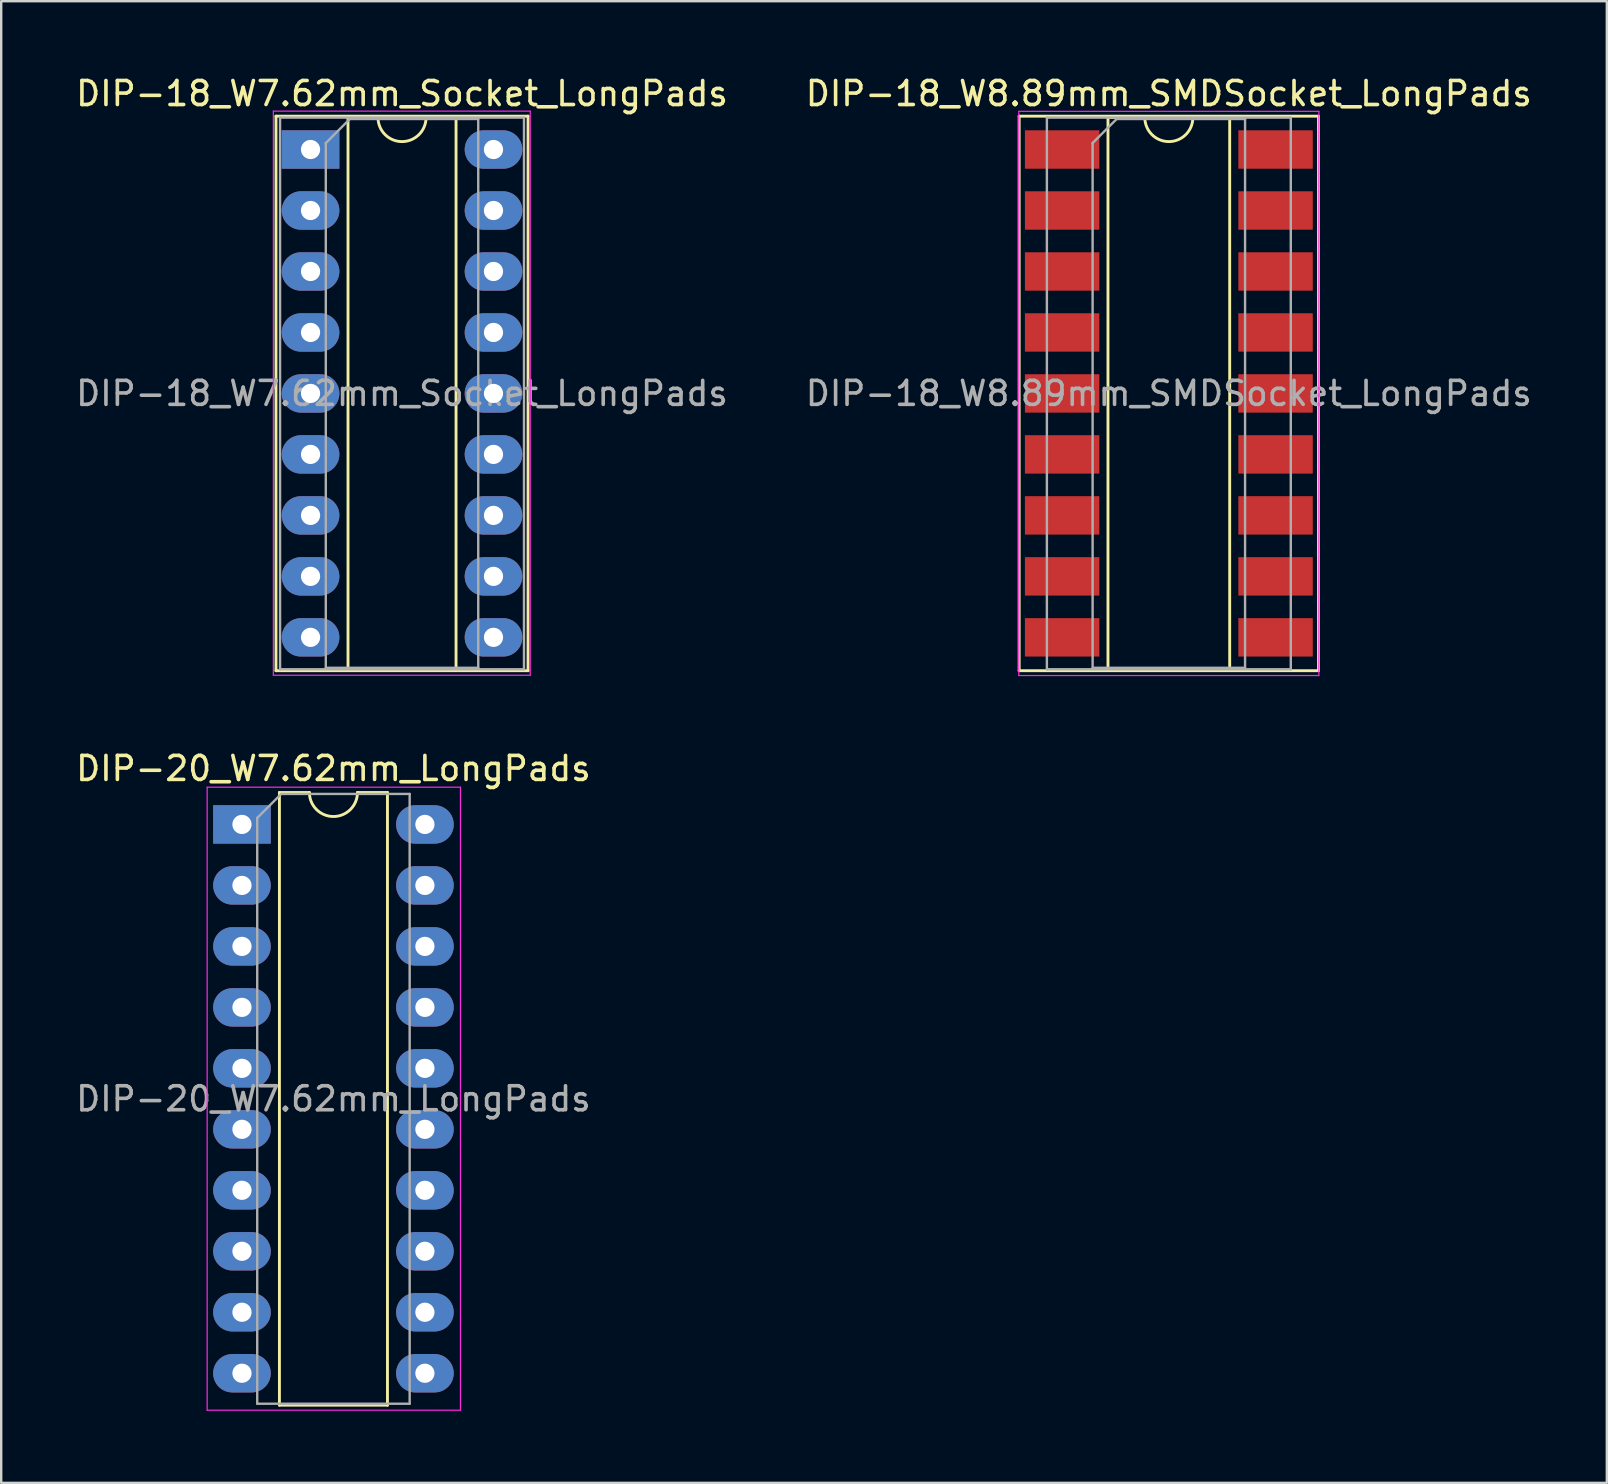
<source format=kicad_pcb>
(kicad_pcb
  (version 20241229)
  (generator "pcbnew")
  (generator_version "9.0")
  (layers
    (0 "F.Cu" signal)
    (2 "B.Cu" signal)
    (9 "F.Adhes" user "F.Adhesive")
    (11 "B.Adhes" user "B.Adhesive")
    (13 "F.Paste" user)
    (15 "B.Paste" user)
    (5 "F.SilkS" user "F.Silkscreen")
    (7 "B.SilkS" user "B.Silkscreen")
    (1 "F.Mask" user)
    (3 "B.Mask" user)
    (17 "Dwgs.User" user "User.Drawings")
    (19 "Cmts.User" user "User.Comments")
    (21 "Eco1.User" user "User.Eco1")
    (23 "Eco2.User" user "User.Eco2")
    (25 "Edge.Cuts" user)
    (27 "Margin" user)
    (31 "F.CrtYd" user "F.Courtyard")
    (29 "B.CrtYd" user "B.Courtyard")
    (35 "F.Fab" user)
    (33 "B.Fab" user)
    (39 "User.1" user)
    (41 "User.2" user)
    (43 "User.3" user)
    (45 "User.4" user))
  (footprint "DIP-20_W7.62mm_LongPads"
    (layer "F.Cu")
    (at 7.029 31.291)
    (property "Reference" "DIP-20_W7.62mm_LongPads" (at 3.81 -2.33 0) (layer "F.SilkS") (effects (font (size 1 1) (thickness 0.15))))
    (attr through_hole)
    (fp_line (start 1.56 -1.33) (end 1.56 24.19) (stroke (width 0.12) (type solid)) (layer "F.SilkS"))
    (fp_line (start 1.56 24.19) (end 6.06 24.19) (stroke (width 0.12) (type solid)) (layer "F.SilkS"))
    (fp_line (start 2.81 -1.33) (end 1.56 -1.33) (stroke (width 0.12) (type solid)) (layer "F.SilkS"))
    (fp_line (start 6.06 -1.33) (end 4.81 -1.33) (stroke (width 0.12) (type solid)) (layer "F.SilkS"))
    (fp_line (start 6.06 24.19) (end 6.06 -1.33) (stroke (width 0.12) (type solid)) (layer "F.SilkS"))
    (fp_arc (start 4.81 -1.33) (mid 3.81 -0.33) (end 2.81 -1.33) (stroke (width 0.12) (type solid)) (layer "F.SilkS"))
    (fp_line (start -1.45 -1.55) (end -1.45 24.4) (stroke (width 0.05) (type solid)) (layer "F.CrtYd"))
    (fp_line (start -1.45 24.4) (end 9.1 24.4) (stroke (width 0.05) (type solid)) (layer "F.CrtYd"))
    (fp_line (start 9.1 -1.55) (end -1.45 -1.55) (stroke (width 0.05) (type solid)) (layer "F.CrtYd"))
    (fp_line (start 9.1 24.4) (end 9.1 -1.55) (stroke (width 0.05) (type solid)) (layer "F.CrtYd"))
    (fp_line (start 0.635 -0.27) (end 1.635 -1.27) (stroke (width 0.1) (type solid)) (layer "F.Fab"))
    (fp_line (start 0.635 24.13) (end 0.635 -0.27) (stroke (width 0.1) (type solid)) (layer "F.Fab"))
    (fp_line (start 1.635 -1.27) (end 6.985 -1.27) (stroke (width 0.1) (type solid)) (layer "F.Fab"))
    (fp_line (start 6.985 -1.27) (end 6.985 24.13) (stroke (width 0.1) (type solid)) (layer "F.Fab"))
    (fp_line (start 6.985 24.13) (end 0.635 24.13) (stroke (width 0.1) (type solid)) (layer "F.Fab"))
    (fp_text user "${REFERENCE}" (at 3.81 11.43 0) (layer "F.Fab") (effects (font (size 1 1) (thickness 0.15))))
    (pad "1" thru_hole rect (at 0 0) (size 2.4 1.6) (drill 0.8) (layers "*.Cu" "*.Mask"))
    (pad "2" thru_hole oval (at 0 2.54) (size 2.4 1.6) (drill 0.8) (layers "*.Cu" "*.Mask"))
    (pad "3" thru_hole oval (at 0 5.08) (size 2.4 1.6) (drill 0.8) (layers "*.Cu" "*.Mask"))
    (pad "4" thru_hole oval (at 0 7.62) (size 2.4 1.6) (drill 0.8) (layers "*.Cu" "*.Mask"))
    (pad "5" thru_hole oval (at 0 10.16) (size 2.4 1.6) (drill 0.8) (layers "*.Cu" "*.Mask"))
    (pad "6" thru_hole oval (at 0 12.7) (size 2.4 1.6) (drill 0.8) (layers "*.Cu" "*.Mask"))
    (pad "7" thru_hole oval (at 0 15.24) (size 2.4 1.6) (drill 0.8) (layers "*.Cu" "*.Mask"))
    (pad "8" thru_hole oval (at 0 17.78) (size 2.4 1.6) (drill 0.8) (layers "*.Cu" "*.Mask"))
    (pad "9" thru_hole oval (at 0 20.32) (size 2.4 1.6) (drill 0.8) (layers "*.Cu" "*.Mask"))
    (pad "10" thru_hole oval (at 0 22.86) (size 2.4 1.6) (drill 0.8) (layers "*.Cu" "*.Mask"))
    (pad "11" thru_hole oval (at 7.62 22.86) (size 2.4 1.6) (drill 0.8) (layers "*.Cu" "*.Mask"))
    (pad "12" thru_hole oval (at 7.62 20.32) (size 2.4 1.6) (drill 0.8) (layers "*.Cu" "*.Mask"))
    (pad "13" thru_hole oval (at 7.62 17.78) (size 2.4 1.6) (drill 0.8) (layers "*.Cu" "*.Mask"))
    (pad "14" thru_hole oval (at 7.62 15.24) (size 2.4 1.6) (drill 0.8) (layers "*.Cu" "*.Mask"))
    (pad "15" thru_hole oval (at 7.62 12.7) (size 2.4 1.6) (drill 0.8) (layers "*.Cu" "*.Mask"))
    (pad "16" thru_hole oval (at 7.62 10.16) (size 2.4 1.6) (drill 0.8) (layers "*.Cu" "*.Mask"))
    (pad "17" thru_hole oval (at 7.62 7.62) (size 2.4 1.6) (drill 0.8) (layers "*.Cu" "*.Mask"))
    (pad "18" thru_hole oval (at 7.62 5.08) (size 2.4 1.6) (drill 0.8) (layers "*.Cu" "*.Mask"))
    (pad "19" thru_hole oval (at 7.62 2.54) (size 2.4 1.6) (drill 0.8) (layers "*.Cu" "*.Mask"))
    (pad "20" thru_hole oval (at 7.62 0) (size 2.4 1.6) (drill 0.8) (layers "*.Cu" "*.Mask")))
  (footprint "DIP-18_W7.62mm_Socket_LongPads"
    (layer "F.Cu")
    (at 9.886 3.178)
    (property "Reference" "DIP-18_W7.62mm_Socket_LongPads" (at 3.81 -2.33 0) (layer "F.SilkS") (effects (font (size 1 1) (thickness 0.15))))
    (attr through_hole)
    (fp_line (start -1.44 -1.39) (end -1.44 21.71) (stroke (width 0.12) (type solid)) (layer "F.SilkS"))
    (fp_line (start -1.44 21.71) (end 9.06 21.71) (stroke (width 0.12) (type solid)) (layer "F.SilkS"))
    (fp_line (start 1.56 -1.33) (end 1.56 21.65) (stroke (width 0.12) (type solid)) (layer "F.SilkS"))
    (fp_line (start 1.56 21.65) (end 6.06 21.65) (stroke (width 0.12) (type solid)) (layer "F.SilkS"))
    (fp_line (start 2.81 -1.33) (end 1.56 -1.33) (stroke (width 0.12) (type solid)) (layer "F.SilkS"))
    (fp_line (start 6.06 -1.33) (end 4.81 -1.33) (stroke (width 0.12) (type solid)) (layer "F.SilkS"))
    (fp_line (start 6.06 21.65) (end 6.06 -1.33) (stroke (width 0.12) (type solid)) (layer "F.SilkS"))
    (fp_line (start 9.06 -1.39) (end -1.44 -1.39) (stroke (width 0.12) (type solid)) (layer "F.SilkS"))
    (fp_line (start 9.06 21.71) (end 9.06 -1.39) (stroke (width 0.12) (type solid)) (layer "F.SilkS"))
    (fp_arc (start 4.81 -1.33) (mid 3.81 -0.33) (end 2.81 -1.33) (stroke (width 0.12) (type solid)) (layer "F.SilkS"))
    (fp_line (start -1.55 -1.6) (end -1.55 21.9) (stroke (width 0.05) (type solid)) (layer "F.CrtYd"))
    (fp_line (start -1.55 21.9) (end 9.15 21.9) (stroke (width 0.05) (type solid)) (layer "F.CrtYd"))
    (fp_line (start 9.15 -1.6) (end -1.55 -1.6) (stroke (width 0.05) (type solid)) (layer "F.CrtYd"))
    (fp_line (start 9.15 21.9) (end 9.15 -1.6) (stroke (width 0.05) (type solid)) (layer "F.CrtYd"))
    (fp_line (start -1.27 -1.33) (end -1.27 21.65) (stroke (width 0.1) (type solid)) (layer "F.Fab"))
    (fp_line (start -1.27 21.65) (end 8.89 21.65) (stroke (width 0.1) (type solid)) (layer "F.Fab"))
    (fp_line (start 0.635 -0.27) (end 1.635 -1.27) (stroke (width 0.1) (type solid)) (layer "F.Fab"))
    (fp_line (start 0.635 21.59) (end 0.635 -0.27) (stroke (width 0.1) (type solid)) (layer "F.Fab"))
    (fp_line (start 1.635 -1.27) (end 6.985 -1.27) (stroke (width 0.1) (type solid)) (layer "F.Fab"))
    (fp_line (start 6.985 -1.27) (end 6.985 21.59) (stroke (width 0.1) (type solid)) (layer "F.Fab"))
    (fp_line (start 6.985 21.59) (end 0.635 21.59) (stroke (width 0.1) (type solid)) (layer "F.Fab"))
    (fp_line (start 8.89 -1.33) (end -1.27 -1.33) (stroke (width 0.1) (type solid)) (layer "F.Fab"))
    (fp_line (start 8.89 21.65) (end 8.89 -1.33) (stroke (width 0.1) (type solid)) (layer "F.Fab"))
    (fp_text user "${REFERENCE}" (at 3.81 10.16 0) (layer "F.Fab") (effects (font (size 1 1) (thickness 0.15))))
    (pad "1" thru_hole rect (at 0 0) (size 2.4 1.6) (drill 0.8) (layers "*.Cu" "*.Mask"))
    (pad "2" thru_hole oval (at 0 2.54) (size 2.4 1.6) (drill 0.8) (layers "*.Cu" "*.Mask"))
    (pad "3" thru_hole oval (at 0 5.08) (size 2.4 1.6) (drill 0.8) (layers "*.Cu" "*.Mask"))
    (pad "4" thru_hole oval (at 0 7.62) (size 2.4 1.6) (drill 0.8) (layers "*.Cu" "*.Mask"))
    (pad "5" thru_hole oval (at 0 10.16) (size 2.4 1.6) (drill 0.8) (layers "*.Cu" "*.Mask"))
    (pad "6" thru_hole oval (at 0 12.7) (size 2.4 1.6) (drill 0.8) (layers "*.Cu" "*.Mask"))
    (pad "7" thru_hole oval (at 0 15.24) (size 2.4 1.6) (drill 0.8) (layers "*.Cu" "*.Mask"))
    (pad "8" thru_hole oval (at 0 17.78) (size 2.4 1.6) (drill 0.8) (layers "*.Cu" "*.Mask"))
    (pad "9" thru_hole oval (at 0 20.32) (size 2.4 1.6) (drill 0.8) (layers "*.Cu" "*.Mask"))
    (pad "10" thru_hole oval (at 7.62 20.32) (size 2.4 1.6) (drill 0.8) (layers "*.Cu" "*.Mask"))
    (pad "11" thru_hole oval (at 7.62 17.78) (size 2.4 1.6) (drill 0.8) (layers "*.Cu" "*.Mask"))
    (pad "12" thru_hole oval (at 7.62 15.24) (size 2.4 1.6) (drill 0.8) (layers "*.Cu" "*.Mask"))
    (pad "13" thru_hole oval (at 7.62 12.7) (size 2.4 1.6) (drill 0.8) (layers "*.Cu" "*.Mask"))
    (pad "14" thru_hole oval (at 7.62 10.16) (size 2.4 1.6) (drill 0.8) (layers "*.Cu" "*.Mask"))
    (pad "15" thru_hole oval (at 7.62 7.62) (size 2.4 1.6) (drill 0.8) (layers "*.Cu" "*.Mask"))
    (pad "16" thru_hole oval (at 7.62 5.08) (size 2.4 1.6) (drill 0.8) (layers "*.Cu" "*.Mask"))
    (pad "17" thru_hole oval (at 7.62 2.54) (size 2.4 1.6) (drill 0.8) (layers "*.Cu" "*.Mask"))
    (pad "18" thru_hole oval (at 7.62 0) (size 2.4 1.6) (drill 0.8) (layers "*.Cu" "*.Mask")))
  (footprint "DIP-18_W8.89mm_SMDSocket_LongPads"
    (layer "F.Cu")
    (at 45.637 13.338)
    (property "Reference" "DIP-18_W8.89mm_SMDSocket_LongPads" (at 0 -12.49 0) (layer "F.SilkS") (effects (font (size 1 1) (thickness 0.15))))
    (attr smd)
    (fp_line (start -6.235 -11.55) (end -6.235 11.55) (stroke (width 0.12) (type solid)) (layer "F.SilkS"))
    (fp_line (start -6.235 11.55) (end 6.235 11.55) (stroke (width 0.12) (type solid)) (layer "F.SilkS"))
    (fp_line (start -2.535 -11.49) (end -2.535 11.49) (stroke (width 0.12) (type solid)) (layer "F.SilkS"))
    (fp_line (start -2.535 11.49) (end 2.535 11.49) (stroke (width 0.12) (type solid)) (layer "F.SilkS"))
    (fp_line (start -1 -11.49) (end -2.535 -11.49) (stroke (width 0.12) (type solid)) (layer "F.SilkS"))
    (fp_line (start 2.535 -11.49) (end 1 -11.49) (stroke (width 0.12) (type solid)) (layer "F.SilkS"))
    (fp_line (start 2.535 11.49) (end 2.535 -11.49) (stroke (width 0.12) (type solid)) (layer "F.SilkS"))
    (fp_line (start 6.235 -11.55) (end -6.235 -11.55) (stroke (width 0.12) (type solid)) (layer "F.SilkS"))
    (fp_line (start 6.235 11.55) (end 6.235 -11.55) (stroke (width 0.12) (type solid)) (layer "F.SilkS"))
    (fp_arc (start 1 -11.49) (mid 0 -10.49) (end -1 -11.49) (stroke (width 0.12) (type solid)) (layer "F.SilkS"))
    (fp_line (start -6.25 -11.75) (end -6.25 11.75) (stroke (width 0.05) (type solid)) (layer "F.CrtYd"))
    (fp_line (start -6.25 11.75) (end 6.25 11.75) (stroke (width 0.05) (type solid)) (layer "F.CrtYd"))
    (fp_line (start 6.25 -11.75) (end -6.25 -11.75) (stroke (width 0.05) (type solid)) (layer "F.CrtYd"))
    (fp_line (start 6.25 11.75) (end 6.25 -11.75) (stroke (width 0.05) (type solid)) (layer "F.CrtYd"))
    (fp_line (start -5.08 -11.49) (end -5.08 11.49) (stroke (width 0.1) (type solid)) (layer "F.Fab"))
    (fp_line (start -5.08 11.49) (end 5.08 11.49) (stroke (width 0.1) (type solid)) (layer "F.Fab"))
    (fp_line (start -3.175 -10.43) (end -2.175 -11.43) (stroke (width 0.1) (type solid)) (layer "F.Fab"))
    (fp_line (start -3.175 11.43) (end -3.175 -10.43) (stroke (width 0.1) (type solid)) (layer "F.Fab"))
    (fp_line (start -2.175 -11.43) (end 3.175 -11.43) (stroke (width 0.1) (type solid)) (layer "F.Fab"))
    (fp_line (start 3.175 -11.43) (end 3.175 11.43) (stroke (width 0.1) (type solid)) (layer "F.Fab"))
    (fp_line (start 3.175 11.43) (end -3.175 11.43) (stroke (width 0.1) (type solid)) (layer "F.Fab"))
    (fp_line (start 5.08 -11.49) (end -5.08 -11.49) (stroke (width 0.1) (type solid)) (layer "F.Fab"))
    (fp_line (start 5.08 11.49) (end 5.08 -11.49) (stroke (width 0.1) (type solid)) (layer "F.Fab"))
    (fp_text user "${REFERENCE}" (at 0 0 0) (layer "F.Fab") (effects (font (size 1 1) (thickness 0.15))))
    (pad "1" smd rect (at -4.445 -10.16) (size 3.1 1.6) (layers "F.Cu" "F.Mask" "F.Paste"))
    (pad "2" smd rect (at -4.445 -7.62) (size 3.1 1.6) (layers "F.Cu" "F.Mask" "F.Paste"))
    (pad "3" smd rect (at -4.445 -5.08) (size 3.1 1.6) (layers "F.Cu" "F.Mask" "F.Paste"))
    (pad "4" smd rect (at -4.445 -2.54) (size 3.1 1.6) (layers "F.Cu" "F.Mask" "F.Paste"))
    (pad "5" smd rect (at -4.445 0) (size 3.1 1.6) (layers "F.Cu" "F.Mask" "F.Paste"))
    (pad "6" smd rect (at -4.445 2.54) (size 3.1 1.6) (layers "F.Cu" "F.Mask" "F.Paste"))
    (pad "7" smd rect (at -4.445 5.08) (size 3.1 1.6) (layers "F.Cu" "F.Mask" "F.Paste"))
    (pad "8" smd rect (at -4.445 7.62) (size 3.1 1.6) (layers "F.Cu" "F.Mask" "F.Paste"))
    (pad "9" smd rect (at -4.445 10.16) (size 3.1 1.6) (layers "F.Cu" "F.Mask" "F.Paste"))
    (pad "10" smd rect (at 4.445 10.16) (size 3.1 1.6) (layers "F.Cu" "F.Mask" "F.Paste"))
    (pad "11" smd rect (at 4.445 7.62) (size 3.1 1.6) (layers "F.Cu" "F.Mask" "F.Paste"))
    (pad "12" smd rect (at 4.445 5.08) (size 3.1 1.6) (layers "F.Cu" "F.Mask" "F.Paste"))
    (pad "13" smd rect (at 4.445 2.54) (size 3.1 1.6) (layers "F.Cu" "F.Mask" "F.Paste"))
    (pad "14" smd rect (at 4.445 0) (size 3.1 1.6) (layers "F.Cu" "F.Mask" "F.Paste"))
    (pad "15" smd rect (at 4.445 -2.54) (size 3.1 1.6) (layers "F.Cu" "F.Mask" "F.Paste"))
    (pad "16" smd rect (at 4.445 -5.08) (size 3.1 1.6) (layers "F.Cu" "F.Mask" "F.Paste"))
    (pad "17" smd rect (at 4.445 -7.62) (size 3.1 1.6) (layers "F.Cu" "F.Mask" "F.Paste"))
    (pad "18" smd rect (at 4.445 -10.16) (size 3.1 1.6) (layers "F.Cu" "F.Mask" "F.Paste")))
  (gr_rect
    (start -3 -3)
    (end 63.881 58.717)
    (stroke (width 0.1) (type default))
    (fill no)
    (layer "Edge.Cuts")))
</source>
